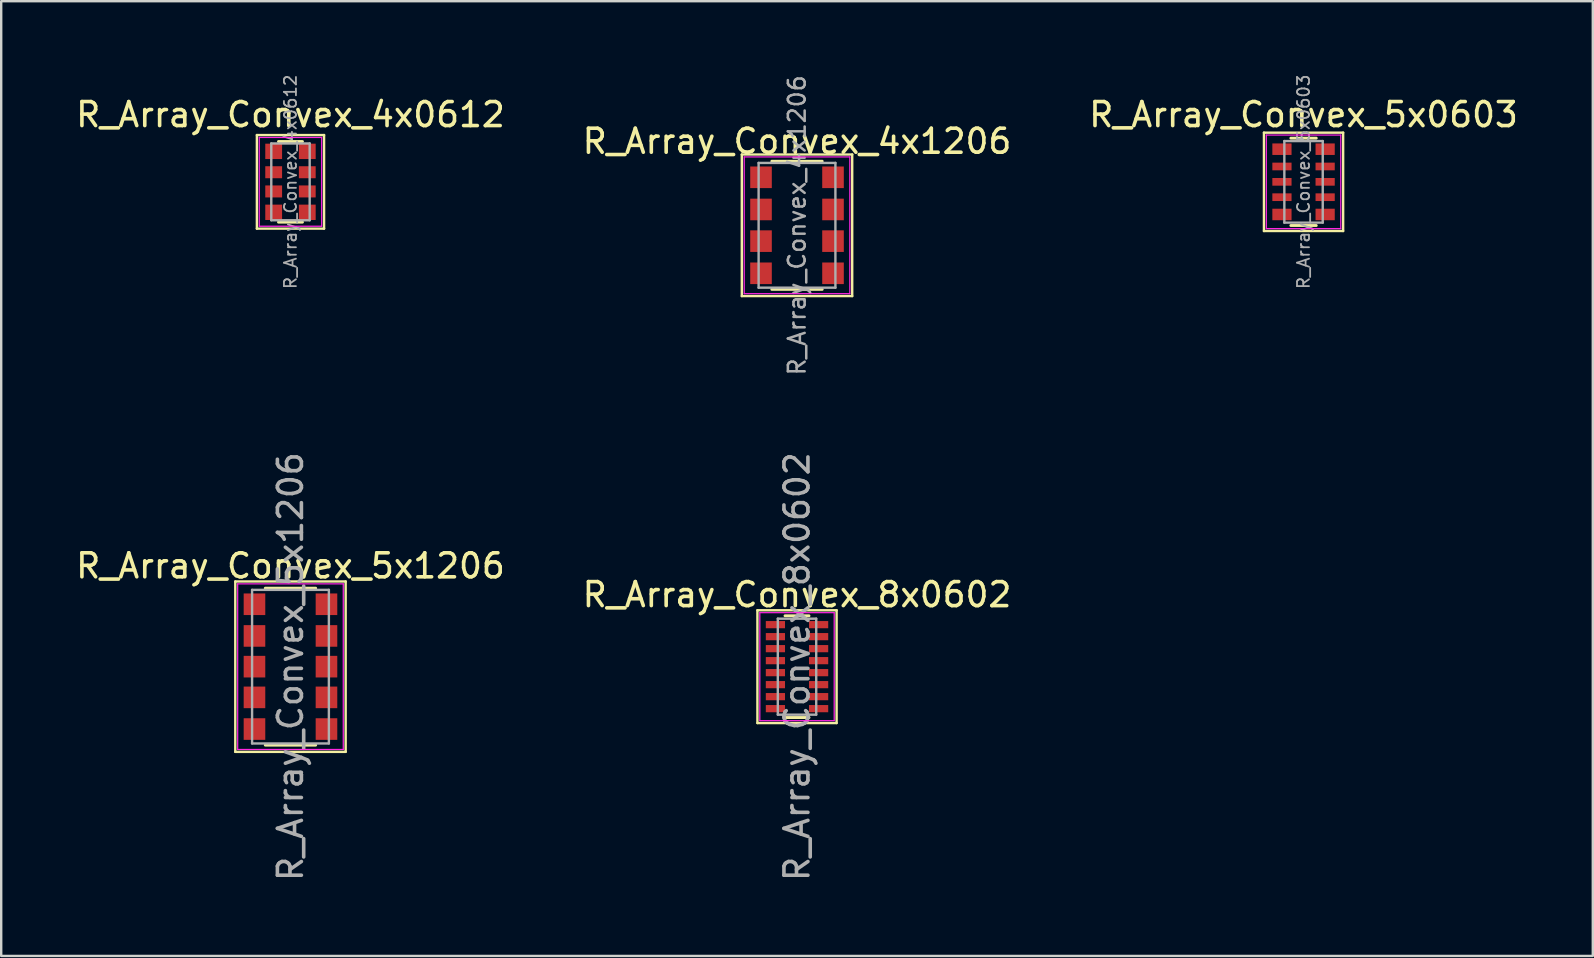
<source format=kicad_pcb>
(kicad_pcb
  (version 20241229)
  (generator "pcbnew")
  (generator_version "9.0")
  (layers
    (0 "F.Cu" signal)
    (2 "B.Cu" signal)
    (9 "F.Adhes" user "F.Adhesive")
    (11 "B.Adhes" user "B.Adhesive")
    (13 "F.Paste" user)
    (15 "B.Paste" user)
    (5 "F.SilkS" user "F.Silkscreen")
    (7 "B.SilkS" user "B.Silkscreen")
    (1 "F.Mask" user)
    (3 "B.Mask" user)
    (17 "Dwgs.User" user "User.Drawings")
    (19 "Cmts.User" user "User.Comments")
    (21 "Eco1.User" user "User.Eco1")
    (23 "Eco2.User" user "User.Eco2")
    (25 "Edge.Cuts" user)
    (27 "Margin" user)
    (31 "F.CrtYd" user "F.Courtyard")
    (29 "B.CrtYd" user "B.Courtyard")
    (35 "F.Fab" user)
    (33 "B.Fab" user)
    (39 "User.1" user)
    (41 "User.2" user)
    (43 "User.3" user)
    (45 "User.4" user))
  (footprint "R_Array_Convex_5x1206"
    (layer "F.Cu")
    (at 9.054 24.729)
    (property "Reference" "R_Array_Convex_5x1206" (at 0 -4.2 0) (layer "F.SilkS") (effects (font (size 1 1) (thickness 0.15))))
    (attr smd)
    (fp_line (start -2.3 -3.55) (end 2.3 -3.55) (stroke (width 0.1) (type default)) (layer "F.SilkS"))
    (fp_line (start -2.3 3.55) (end -2.3 -3.55) (stroke (width 0.1) (type default)) (layer "F.SilkS"))
    (fp_line (start 1.05 -3.27) (end -1.05 -3.27) (stroke (width 0.12) (type solid)) (layer "F.SilkS"))
    (fp_line (start 1.05 3.27) (end -1.05 3.27) (stroke (width 0.12) (type solid)) (layer "F.SilkS"))
    (fp_line (start 2.3 -3.55) (end 2.3 3.55) (stroke (width 0.1) (type default)) (layer "F.SilkS"))
    (fp_line (start 2.3 3.55) (end -2.3 3.55) (stroke (width 0.1) (type default)) (layer "F.SilkS"))
    (fp_line (start -2.2 -3.45) (end -2.2 3.45) (stroke (width 0.05) (type solid)) (layer "F.CrtYd"))
    (fp_line (start -2.2 -3.45) (end 2.2 -3.45) (stroke (width 0.05) (type solid)) (layer "F.CrtYd"))
    (fp_line (start 2.2 3.45) (end -2.2 3.45) (stroke (width 0.05) (type solid)) (layer "F.CrtYd"))
    (fp_line (start 2.2 3.45) (end 2.2 -3.45) (stroke (width 0.05) (type solid)) (layer "F.CrtYd"))
    (fp_line (start -1.6 -3.2) (end 1.6 -3.2) (stroke (width 0.1) (type solid)) (layer "F.Fab"))
    (fp_line (start -1.6 3.2) (end -1.6 -3.2) (stroke (width 0.1) (type solid)) (layer "F.Fab"))
    (fp_line (start 1.6 -3.2) (end 1.6 3.2) (stroke (width 0.1) (type solid)) (layer "F.Fab"))
    (fp_line (start 1.6 3.2) (end -1.6 3.2) (stroke (width 0.1) (type solid)) (layer "F.Fab"))
    (fp_text user "${REFERENCE}" (at 0 0 90) (layer "F.Fab") (effects (font (size 1 1) (thickness 0.15))))
    (pad "1" smd rect (at -1.5 -2.6) (size 0.9 0.9) (layers "F.Cu" "F.Mask" "F.Paste"))
    (pad "2" smd rect (at -1.5 -1.28) (size 0.9 0.9) (layers "F.Cu" "F.Mask" "F.Paste"))
    (pad "3" smd rect (at -1.5 0) (size 0.9 0.9) (layers "F.Cu" "F.Mask" "F.Paste"))
    (pad "4" smd rect (at -1.5 1.28) (size 0.9 0.9) (layers "F.Cu" "F.Mask" "F.Paste"))
    (pad "5" smd rect (at -1.5 2.6) (size 0.9 0.9) (layers "F.Cu" "F.Mask" "F.Paste"))
    (pad "6" smd rect (at 1.5 2.6) (size 0.9 0.9) (layers "F.Cu" "F.Mask" "F.Paste"))
    (pad "7" smd rect (at 1.5 1.28) (size 0.9 0.9) (layers "F.Cu" "F.Mask" "F.Paste"))
    (pad "8" smd rect (at 1.5 0) (size 0.9 0.9) (layers "F.Cu" "F.Mask" "F.Paste"))
    (pad "9" smd rect (at 1.5 -1.28) (size 0.9 0.9) (layers "F.Cu" "F.Mask" "F.Paste"))
    (pad "10" smd rect (at 1.5 -2.6) (size 0.9 0.9) (layers "F.Cu" "F.Mask" "F.Paste")))
  (footprint "R_Array_Convex_8x0602"
    (layer "F.Cu")
    (at 30.161 24.729)
    (property "Reference" "R_Array_Convex_8x0602" (at 0 -3 0) (layer "F.SilkS") (effects (font (size 1 1) (thickness 0.15))))
    (attr smd)
    (fp_line (start -1.65 -2.35) (end 1.65 -2.35) (stroke (width 0.1) (type default)) (layer "F.SilkS"))
    (fp_line (start -1.65 2.35) (end -1.65 -2.35) (stroke (width 0.1) (type default)) (layer "F.SilkS"))
    (fp_line (start 0.5 -2.12) (end -0.5 -2.12) (stroke (width 0.12) (type solid)) (layer "F.SilkS"))
    (fp_line (start 0.5 2.12) (end -0.5 2.12) (stroke (width 0.12) (type solid)) (layer "F.SilkS"))
    (fp_line (start 1.65 -2.35) (end 1.65 2.35) (stroke (width 0.1) (type default)) (layer "F.SilkS"))
    (fp_line (start 1.65 2.35) (end -1.65 2.35) (stroke (width 0.1) (type default)) (layer "F.SilkS"))
    (fp_line (start -1.55 -2.25) (end -1.55 2.25) (stroke (width 0.05) (type solid)) (layer "F.CrtYd"))
    (fp_line (start -1.55 -2.25) (end 1.55 -2.25) (stroke (width 0.05) (type solid)) (layer "F.CrtYd"))
    (fp_line (start 1.55 2.25) (end -1.55 2.25) (stroke (width 0.05) (type solid)) (layer "F.CrtYd"))
    (fp_line (start 1.55 2.25) (end 1.55 -2.25) (stroke (width 0.05) (type solid)) (layer "F.CrtYd"))
    (fp_line (start -0.8 -2) (end -0.8 2) (stroke (width 0.1) (type solid)) (layer "F.Fab"))
    (fp_line (start -0.8 2) (end 0.8 2) (stroke (width 0.1) (type solid)) (layer "F.Fab"))
    (fp_line (start 0.8 -2) (end -0.8 -2) (stroke (width 0.1) (type solid)) (layer "F.Fab"))
    (fp_line (start 0.8 2) (end 0.8 -2) (stroke (width 0.1) (type solid)) (layer "F.Fab"))
    (fp_text user "${REFERENCE}" (at 0 0 90) (layer "F.Fab") (effects (font (size 1 1) (thickness 0.15))))
    (pad "1" smd rect (at -0.9 -1.75) (size 0.8 0.3) (layers "F.Cu" "F.Mask" "F.Paste"))
    (pad "2" smd rect (at -0.9 -1.25) (size 0.8 0.3) (layers "F.Cu" "F.Mask" "F.Paste"))
    (pad "3" smd rect (at -0.9 -0.75) (size 0.8 0.3) (layers "F.Cu" "F.Mask" "F.Paste"))
    (pad "4" smd rect (at -0.9 -0.25) (size 0.8 0.3) (layers "F.Cu" "F.Mask" "F.Paste"))
    (pad "5" smd rect (at -0.9 0.25) (size 0.8 0.3) (layers "F.Cu" "F.Mask" "F.Paste"))
    (pad "6" smd rect (at -0.9 0.75) (size 0.8 0.3) (layers "F.Cu" "F.Mask" "F.Paste"))
    (pad "7" smd rect (at -0.9 1.25) (size 0.8 0.3) (layers "F.Cu" "F.Mask" "F.Paste"))
    (pad "8" smd rect (at -0.9 1.75) (size 0.8 0.3) (layers "F.Cu" "F.Mask" "F.Paste"))
    (pad "9" smd rect (at 0.9 1.75) (size 0.8 0.3) (layers "F.Cu" "F.Mask" "F.Paste"))
    (pad "10" smd rect (at 0.9 1.25) (size 0.8 0.3) (layers "F.Cu" "F.Mask" "F.Paste"))
    (pad "11" smd rect (at 0.9 0.75) (size 0.8 0.3) (layers "F.Cu" "F.Mask" "F.Paste"))
    (pad "12" smd rect (at 0.9 0.25) (size 0.8 0.3) (layers "F.Cu" "F.Mask" "F.Paste"))
    (pad "13" smd rect (at 0.9 -0.25) (size 0.8 0.3) (layers "F.Cu" "F.Mask" "F.Paste"))
    (pad "14" smd rect (at 0.9 -0.75) (size 0.8 0.3) (layers "F.Cu" "F.Mask" "F.Paste"))
    (pad "15" smd rect (at 0.9 -1.25) (size 0.8 0.3) (layers "F.Cu" "F.Mask" "F.Paste"))
    (pad "16" smd rect (at 0.9 -1.75) (size 0.8 0.3) (layers "F.Cu" "F.Mask" "F.Paste")))
  (footprint "R_Array_Convex_4x1206"
    (layer "F.Cu")
    (at 30.161 6.338)
    (property "Reference" "R_Array_Convex_4x1206" (at 0 -3.5 0) (layer "F.SilkS") (effects (font (size 1 1) (thickness 0.15))))
    (attr smd)
    (fp_line (start -2.3 -2.95) (end 2.3 -2.95) (stroke (width 0.1) (type default)) (layer "F.SilkS"))
    (fp_line (start -2.3 2.95) (end -2.3 -2.95) (stroke (width 0.1) (type default)) (layer "F.SilkS"))
    (fp_line (start 1.05 -2.67) (end -1.05 -2.67) (stroke (width 0.12) (type solid)) (layer "F.SilkS"))
    (fp_line (start 1.05 2.67) (end -1.05 2.67) (stroke (width 0.12) (type solid)) (layer "F.SilkS"))
    (fp_line (start 2.3 -2.95) (end 2.3 2.95) (stroke (width 0.1) (type default)) (layer "F.SilkS"))
    (fp_line (start 2.3 2.95) (end -2.3 2.95) (stroke (width 0.1) (type default)) (layer "F.SilkS"))
    (fp_line (start -2.2 -2.85) (end -2.2 2.85) (stroke (width 0.05) (type solid)) (layer "F.CrtYd"))
    (fp_line (start -2.2 -2.85) (end 2.2 -2.85) (stroke (width 0.05) (type solid)) (layer "F.CrtYd"))
    (fp_line (start 2.2 2.85) (end -2.2 2.85) (stroke (width 0.05) (type solid)) (layer "F.CrtYd"))
    (fp_line (start 2.2 2.85) (end 2.2 -2.85) (stroke (width 0.05) (type solid)) (layer "F.CrtYd"))
    (fp_line (start -1.6 -2.6) (end -1.6 2.6) (stroke (width 0.1) (type solid)) (layer "F.Fab"))
    (fp_line (start -1.6 2.6) (end 1.6 2.6) (stroke (width 0.1) (type solid)) (layer "F.Fab"))
    (fp_line (start 1.6 -2.6) (end -1.6 -2.6) (stroke (width 0.1) (type solid)) (layer "F.Fab"))
    (fp_line (start 1.6 2.6) (end 1.6 -2.6) (stroke (width 0.1) (type solid)) (layer "F.Fab"))
    (fp_text user "${REFERENCE}" (at 0 0 90) (layer "F.Fab") (effects (font (size 0.7 0.7) (thickness 0.105))))
    (pad "1" smd rect (at -1.5 -2) (size 0.9 0.9) (layers "F.Cu" "F.Mask" "F.Paste"))
    (pad "2" smd rect (at -1.5 -0.66) (size 0.9 0.9) (layers "F.Cu" "F.Mask" "F.Paste"))
    (pad "3" smd rect (at -1.5 0.66) (size 0.9 0.9) (layers "F.Cu" "F.Mask" "F.Paste"))
    (pad "4" smd rect (at -1.5 2) (size 0.9 0.9) (layers "F.Cu" "F.Mask" "F.Paste"))
    (pad "5" smd rect (at 1.5 2) (size 0.9 0.9) (layers "F.Cu" "F.Mask" "F.Paste"))
    (pad "6" smd rect (at 1.5 0.66) (size 0.9 0.9) (layers "F.Cu" "F.Mask" "F.Paste"))
    (pad "7" smd rect (at 1.5 -0.66) (size 0.9 0.9) (layers "F.Cu" "F.Mask" "F.Paste"))
    (pad "8" smd rect (at 1.5 -2) (size 0.9 0.9) (layers "F.Cu" "F.Mask" "F.Paste")))
  (footprint "R_Array_Convex_5x0603"
    (layer "F.Cu")
    (at 51.268 4.527)
    (property "Reference" "R_Array_Convex_5x0603" (at 0 -2.8 0) (layer "F.SilkS") (effects (font (size 1 1) (thickness 0.15))))
    (attr smd)
    (fp_line (start -1.65 -2.05) (end 1.65 -2.05) (stroke (width 0.1) (type default)) (layer "F.SilkS"))
    (fp_line (start -1.65 2.05) (end -1.65 -2.05) (stroke (width 0.1) (type default)) (layer "F.SilkS"))
    (fp_line (start 0.53 -1.82) (end -0.53 -1.82) (stroke (width 0.12) (type solid)) (layer "F.SilkS"))
    (fp_line (start 0.53 1.82) (end -0.53 1.82) (stroke (width 0.12) (type solid)) (layer "F.SilkS"))
    (fp_line (start 1.65 -2.05) (end 1.65 2.05) (stroke (width 0.1) (type default)) (layer "F.SilkS"))
    (fp_line (start 1.65 2.05) (end -1.65 2.05) (stroke (width 0.1) (type default)) (layer "F.SilkS"))
    (fp_line (start -1.55 -1.95) (end -1.55 1.95) (stroke (width 0.05) (type solid)) (layer "F.CrtYd"))
    (fp_line (start -1.55 -1.95) (end 1.55 -1.95) (stroke (width 0.05) (type solid)) (layer "F.CrtYd"))
    (fp_line (start 1.55 1.95) (end -1.55 1.95) (stroke (width 0.05) (type solid)) (layer "F.CrtYd"))
    (fp_line (start 1.55 1.95) (end 1.55 -1.95) (stroke (width 0.05) (type solid)) (layer "F.CrtYd"))
    (fp_line (start -0.8 -1.7) (end -0.8 1.7) (stroke (width 0.1) (type solid)) (layer "F.Fab"))
    (fp_line (start -0.8 1.7) (end 0.8 1.7) (stroke (width 0.1) (type solid)) (layer "F.Fab"))
    (fp_line (start 0.8 -1.7) (end -0.8 -1.7) (stroke (width 0.1) (type solid)) (layer "F.Fab"))
    (fp_line (start 0.8 1.7) (end 0.8 -1.7) (stroke (width 0.1) (type solid)) (layer "F.Fab"))
    (fp_text user "${REFERENCE}" (at 0 0 90) (layer "F.Fab") (effects (font (size 0.5 0.5) (thickness 0.075))))
    (pad "1" smd rect (at -0.9 -1.36) (size 0.8 0.48) (layers "F.Cu" "F.Mask" "F.Paste"))
    (pad "2" smd rect (at -0.9 -0.64) (size 0.8 0.32) (layers "F.Cu" "F.Mask" "F.Paste"))
    (pad "3" smd rect (at -0.9 0) (size 0.8 0.32) (layers "F.Cu" "F.Mask" "F.Paste"))
    (pad "4" smd rect (at -0.9 0.64) (size 0.8 0.32) (layers "F.Cu" "F.Mask" "F.Paste"))
    (pad "5" smd rect (at -0.9 1.36) (size 0.8 0.48) (layers "F.Cu" "F.Mask" "F.Paste"))
    (pad "6" smd rect (at 0.9 1.36) (size 0.8 0.48) (layers "F.Cu" "F.Mask" "F.Paste"))
    (pad "7" smd rect (at 0.9 0.64) (size 0.8 0.32) (layers "F.Cu" "F.Mask" "F.Paste"))
    (pad "8" smd rect (at 0.9 0) (size 0.8 0.32) (layers "F.Cu" "F.Mask" "F.Paste"))
    (pad "9" smd rect (at 0.9 -0.64) (size 0.8 0.32) (layers "F.Cu" "F.Mask" "F.Paste"))
    (pad "10" smd rect (at 0.9 -1.36) (size 0.8 0.48) (layers "F.Cu" "F.Mask" "F.Paste")))
  (footprint "R_Array_Convex_4x0612"
    (layer "F.Cu")
    (at 9.054 4.527)
    (property "Reference" "R_Array_Convex_4x0612" (at 0 -2.8 0) (layer "F.SilkS") (effects (font (size 1 1) (thickness 0.15))))
    (attr smd)
    (fp_line (start -1.4 -1.95) (end 1.4 -1.95) (stroke (width 0.1) (type default)) (layer "F.SilkS"))
    (fp_line (start -1.4 1.95) (end -1.4 -1.95) (stroke (width 0.1) (type default)) (layer "F.SilkS"))
    (fp_line (start 0.5 -1.68) (end -0.5 -1.68) (stroke (width 0.12) (type solid)) (layer "F.SilkS"))
    (fp_line (start 0.5 1.68) (end -0.5 1.68) (stroke (width 0.12) (type solid)) (layer "F.SilkS"))
    (fp_line (start 1.4 -1.95) (end 1.4 1.95) (stroke (width 0.1) (type default)) (layer "F.SilkS"))
    (fp_line (start 1.4 1.95) (end -1.4 1.95) (stroke (width 0.1) (type default)) (layer "F.SilkS"))
    (fp_line (start -1.3 -1.85) (end -1.3 1.85) (stroke (width 0.05) (type solid)) (layer "F.CrtYd"))
    (fp_line (start -1.3 -1.85) (end 1.3 -1.85) (stroke (width 0.05) (type solid)) (layer "F.CrtYd"))
    (fp_line (start 1.3 1.85) (end -1.3 1.85) (stroke (width 0.05) (type solid)) (layer "F.CrtYd"))
    (fp_line (start 1.3 1.85) (end 1.3 -1.85) (stroke (width 0.05) (type solid)) (layer "F.CrtYd"))
    (fp_line (start -0.8 -1.6) (end 0.8 -1.6) (stroke (width 0.1) (type solid)) (layer "F.Fab"))
    (fp_line (start -0.8 1.6) (end -0.8 -1.6) (stroke (width 0.1) (type solid)) (layer "F.Fab"))
    (fp_line (start 0.8 -1.6) (end 0.8 1.6) (stroke (width 0.1) (type solid)) (layer "F.Fab"))
    (fp_line (start 0.8 1.6) (end -0.8 1.6) (stroke (width 0.1) (type solid)) (layer "F.Fab"))
    (fp_text user "${REFERENCE}" (at 0 0 90) (layer "F.Fab") (effects (font (size 0.5 0.5) (thickness 0.075))))
    (pad "1" smd rect (at -0.7 -1.27) (size 0.7 0.64) (layers "F.Cu" "F.Mask" "F.Paste"))
    (pad "2" smd rect (at -0.7 -0.4) (size 0.7 0.5) (layers "F.Cu" "F.Mask" "F.Paste"))
    (pad "3" smd rect (at -0.7 0.4) (size 0.7 0.5) (layers "F.Cu" "F.Mask" "F.Paste"))
    (pad "4" smd rect (at -0.7 1.27) (size 0.7 0.64) (layers "F.Cu" "F.Mask" "F.Paste"))
    (pad "5" smd rect (at 0.7 1.27) (size 0.7 0.64) (layers "F.Cu" "F.Mask" "F.Paste"))
    (pad "6" smd rect (at 0.7 0.4) (size 0.7 0.5) (layers "F.Cu" "F.Mask" "F.Paste"))
    (pad "7" smd rect (at 0.7 -0.4) (size 0.7 0.5) (layers "F.Cu" "F.Mask" "F.Paste"))
    (pad "8" smd rect (at 0.7 -1.27) (size 0.7 0.64) (layers "F.Cu" "F.Mask" "F.Paste")))
  (gr_rect
    (start -3 -3)
    (end 63.321 36.782)
    (stroke (width 0.1) (type default))
    (fill no)
    (layer "Edge.Cuts")))
</source>
